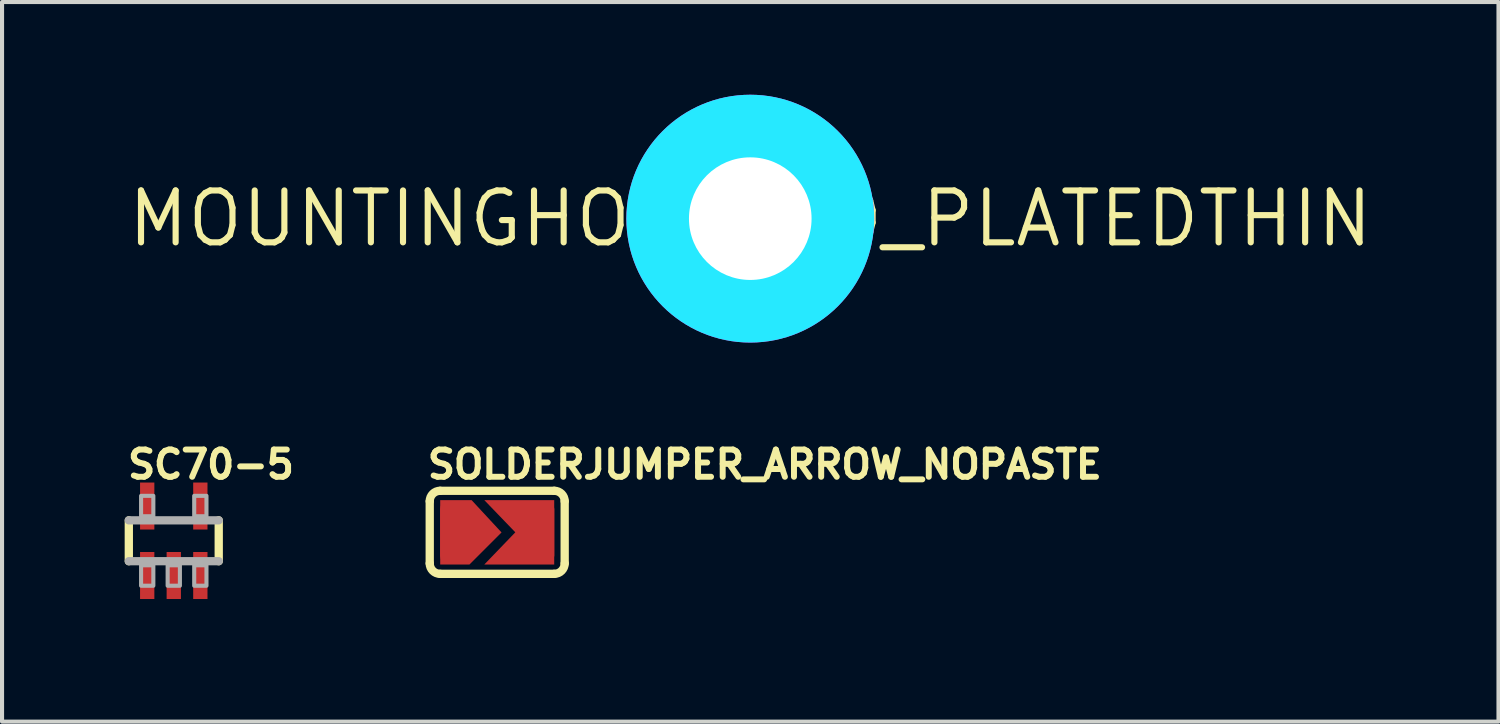
<source format=kicad_pcb>
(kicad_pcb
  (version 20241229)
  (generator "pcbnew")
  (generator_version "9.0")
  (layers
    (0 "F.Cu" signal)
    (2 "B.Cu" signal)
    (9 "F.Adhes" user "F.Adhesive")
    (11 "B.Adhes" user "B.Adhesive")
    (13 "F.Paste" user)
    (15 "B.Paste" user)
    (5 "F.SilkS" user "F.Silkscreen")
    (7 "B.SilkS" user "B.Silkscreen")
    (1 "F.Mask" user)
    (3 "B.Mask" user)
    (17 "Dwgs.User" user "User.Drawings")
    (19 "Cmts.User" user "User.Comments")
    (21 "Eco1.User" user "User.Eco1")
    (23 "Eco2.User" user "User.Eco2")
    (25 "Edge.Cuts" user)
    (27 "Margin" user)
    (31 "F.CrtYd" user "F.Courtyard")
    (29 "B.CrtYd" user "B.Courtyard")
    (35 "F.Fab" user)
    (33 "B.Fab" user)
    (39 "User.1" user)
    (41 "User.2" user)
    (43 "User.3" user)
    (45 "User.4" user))
  (footprint "SC70-5"
    (layer "F.Cu")
    (at 1.202 10.182)
    (property "Reference" "SC70-5" (at -1.2 -1.477 0) (layer "F.SilkS") (effects (font (size 0.666 0.666) (thickness 0.146)) (justify left bottom)))
    (fp_line (start -1.1 0.5) (end -1.1 -0.5) (stroke (width 0.203) (type solid)) (layer "F.SilkS"))
    (fp_line (start 1.1 -0.5) (end 1.1 0.5) (stroke (width 0.203) (type solid)) (layer "F.SilkS"))
    (fp_line (start -1.1 -0.5) (end 1.1 -0.5) (stroke (width 0.203) (type solid)) (layer "F.Fab"))
    (fp_line (start 1.1 0.5) (end -1.1 0.5) (stroke (width 0.203) (type solid)) (layer "F.Fab"))
    (fp_poly (pts (xy -0.8 -0.6) (xy -0.5 -0.6) (xy -0.5 -1.1) (xy -0.8 -1.1)) (stroke (width 0.1) (type default)) (fill no) (layer "F.Fab"))
    (fp_poly (pts (xy -0.8 1.1) (xy -0.5 1.1) (xy -0.5 0.6) (xy -0.8 0.6)) (stroke (width 0.1) (type default)) (fill no) (layer "F.Fab"))
    (fp_poly (pts (xy -0.15 1.1) (xy 0.15 1.1) (xy 0.15 0.6) (xy -0.15 0.6)) (stroke (width 0.1) (type default)) (fill no) (layer "F.Fab"))
    (fp_poly (pts (xy 0.5 -0.6) (xy 0.8 -0.6) (xy 0.8 -1.1) (xy 0.5 -1.1)) (stroke (width 0.1) (type default)) (fill no) (layer "F.Fab"))
    (fp_poly (pts (xy 0.5 1.1) (xy 0.8 1.1) (xy 0.8 0.6) (xy 0.5 0.6)) (stroke (width 0.1) (type default)) (fill no) (layer "F.Fab"))
    (pad "1" smd rect (at -0.65 0.85) (size 0.35 1.15) (layers "F.Cu" "F.Mask" "F.Paste"))
    (pad "2" smd rect (at 0 0.85) (size 0.35 1.15) (layers "F.Cu" "F.Mask" "F.Paste"))
    (pad "3" smd rect (at 0.65 0.85) (size 0.35 1.15) (layers "F.Cu" "F.Mask" "F.Paste"))
    (pad "4" smd rect (at 0.65 -0.85) (size 0.35 1.15) (layers "F.Cu" "F.Mask" "F.Paste"))
    (pad "5" smd rect (at -0.65 -0.85) (size 0.35 1.15) (layers "F.Cu" "F.Mask" "F.Paste")))
  (footprint "MOUNTINGHOLE_3.0_PLATEDTHIN"
    (layer "F.Cu")
    (at 15.308 2.3)
    (property "Reference" "MOUNTINGHOLE_3.0_PLATEDTHIN" (at 0 0 0) (layer "F.SilkS") (effects (font (size 1.27 1.27) (thickness 0.15))))
    (fp_circle (center 0 0) (end 2.2 0) (stroke (width 0.2) (type solid)) (fill no) (layer "F.SilkS"))
    (fp_circle (center 0 0) (end 1 0) (stroke (width 2.032) (type solid)) (fill no) (layer "B.CrtYd"))
    (fp_circle (center 0 0) (end 1 0) (stroke (width 2.032) (type solid)) (fill no) (layer "F.CrtYd"))
    (pad "P$1" thru_hole circle (at 0 0) (size 3.6 3.6) (drill 3) (layers "*.Cu" "*.Mask"))
    (zone (net_name "") (layer "F.Cu") (hatch edge 0.5) (connect_pads) (min_thickness 0.25) (filled_areas_thickness no) (keepout (tracks not_allowed) (vias not_allowed) (pads not_allowed) (copperpour not_allowed) (footprints allowed)) (placement (enabled no)) (fill) (polygon (pts (xy 17.324 2.3) (xy 17.304 2.019) (xy 17.246 1.744) (xy 17.149 1.48) (xy 17.017 1.232) (xy 16.852 1.004) (xy 16.657 0.802) (xy 16.435 0.629) (xy 16.192 0.488) (xy 15.931 0.383) (xy 15.658 0.315) (xy 15.378 0.285) (xy 15.097 0.295) (xy 14.82 0.344) (xy 14.553 0.431) (xy 14.3 0.554) (xy 14.067 0.711) (xy 13.858 0.9) (xy 13.677 1.115) (xy 13.528 1.354) (xy 13.413 1.61) (xy 13.336 1.881) (xy 13.297 2.159) (xy 13.297 2.441) (xy 13.336 2.719) (xy 13.413 2.99) (xy 13.528 3.246) (xy 13.677 3.485) (xy 13.858 3.7) (xy 14.067 3.889) (xy 14.3 4.046) (xy 14.553 4.169) (xy 14.82 4.256) (xy 15.097 4.305) (xy 15.378 4.315) (xy 15.658 4.285) (xy 15.931 4.217) (xy 16.192 4.112) (xy 16.435 3.971) (xy 16.657 3.798) (xy 16.852 3.596) (xy 17.017 3.368) (xy 17.149 3.12) (xy 17.246 2.856) (xy 17.304 2.581))) (polygon (pts (xy 15.292 2.3) (xy 15.296 2.311) (xy 15.308 2.316) (xy 15.319 2.311) (xy 15.324 2.3) (xy 15.319 2.289) (xy 15.308 2.284) (xy 15.296 2.289))))
    (zone (net_name "") (layers "F.Cu" "B.Cu") (hatch edge 0.5) (connect_pads) (min_thickness 0.25) (filled_areas_thickness no) (keepout (tracks allowed) (vias not_allowed) (pads allowed) (copperpour allowed) (footprints allowed)) (placement (enabled no)) (fill) (polygon (pts (xy 17.324 2.3) (xy 17.304 2.019) (xy 17.246 1.744) (xy 17.149 1.48) (xy 17.017 1.232) (xy 16.852 1.004) (xy 16.657 0.802) (xy 16.435 0.629) (xy 16.192 0.488) (xy 15.931 0.383) (xy 15.658 0.315) (xy 15.378 0.285) (xy 15.097 0.295) (xy 14.82 0.344) (xy 14.553 0.431) (xy 14.3 0.554) (xy 14.067 0.711) (xy 13.858 0.9) (xy 13.677 1.115) (xy 13.528 1.354) (xy 13.413 1.61) (xy 13.336 1.881) (xy 13.297 2.159) (xy 13.297 2.441) (xy 13.336 2.719) (xy 13.413 2.99) (xy 13.528 3.246) (xy 13.677 3.485) (xy 13.858 3.7) (xy 14.067 3.889) (xy 14.3 4.046) (xy 14.553 4.169) (xy 14.82 4.256) (xy 15.097 4.305) (xy 15.378 4.315) (xy 15.658 4.285) (xy 15.931 4.217) (xy 16.192 4.112) (xy 16.435 3.971) (xy 16.657 3.798) (xy 16.852 3.596) (xy 17.017 3.368) (xy 17.149 3.12) (xy 17.246 2.856) (xy 17.304 2.581))) (polygon (pts (xy 15.292 2.3) (xy 15.296 2.311) (xy 15.308 2.316) (xy 15.319 2.311) (xy 15.324 2.3) (xy 15.319 2.289) (xy 15.308 2.284) (xy 15.296 2.289))))
    (zone (net_name "") (layer "B.Cu") (hatch edge 0.5) (connect_pads) (min_thickness 0.25) (filled_areas_thickness no) (keepout (tracks not_allowed) (vias not_allowed) (pads not_allowed) (copperpour not_allowed) (footprints allowed)) (placement (enabled no)) (fill) (polygon (pts (xy 17.324 2.3) (xy 17.304 2.019) (xy 17.246 1.744) (xy 17.149 1.48) (xy 17.017 1.232) (xy 16.852 1.004) (xy 16.657 0.802) (xy 16.435 0.629) (xy 16.192 0.488) (xy 15.931 0.383) (xy 15.658 0.315) (xy 15.378 0.285) (xy 15.097 0.295) (xy 14.82 0.344) (xy 14.553 0.431) (xy 14.3 0.554) (xy 14.067 0.711) (xy 13.858 0.9) (xy 13.677 1.115) (xy 13.528 1.354) (xy 13.413 1.61) (xy 13.336 1.881) (xy 13.297 2.159) (xy 13.297 2.441) (xy 13.336 2.719) (xy 13.413 2.99) (xy 13.528 3.246) (xy 13.677 3.485) (xy 13.858 3.7) (xy 14.067 3.889) (xy 14.3 4.046) (xy 14.553 4.169) (xy 14.82 4.256) (xy 15.097 4.305) (xy 15.378 4.315) (xy 15.658 4.285) (xy 15.931 4.217) (xy 16.192 4.112) (xy 16.435 3.971) (xy 16.657 3.798) (xy 16.852 3.596) (xy 17.017 3.368) (xy 17.149 3.12) (xy 17.246 2.856) (xy 17.304 2.581))) (polygon (pts (xy 15.292 2.3) (xy 15.296 2.311) (xy 15.308 2.316) (xy 15.319 2.311) (xy 15.324 2.3) (xy 15.319 2.289) (xy 15.308 2.284) (xy 15.296 2.289)))))
  (footprint "SOLDERJUMPER_ARROW_NOPASTE"
    (layer "F.Cu")
    (at 9.116 9.975)
    (property "Reference" "SOLDERJUMPER_ARROW_NOPASTE" (at -1.778 -1.27 0) (layer "F.SilkS") (effects (font (size 0.666 0.666) (thickness 0.146)) (justify left bottom)))
    (fp_poly (pts (xy 0.106 0.003) (xy -0.679 0.788) (xy -1.395 0.788) (xy -1.395 -0.788) (xy -0.627 -0.788)) (stroke (width 0) (type default)) (fill yes) (layer "F.Cu"))
    (fp_poly (pts (xy 1.395 0.788) (xy -0.316 0.788) (xy 0.443 0) (xy -0.316 -0.788) (xy 1.395 -0.788)) (stroke (width 0) (type default)) (fill yes) (layer "F.Cu"))
    (fp_poly (pts (xy -1.46 0.826) (xy 1.46 0.826) (xy 1.46 -0.826) (xy -1.46 -0.826)) (stroke (width 0) (type default)) (fill yes) (layer "F.Mask"))
    (fp_line (start -1.651 0.762) (end -1.651 -0.762) (stroke (width 0.203) (type solid)) (layer "F.SilkS"))
    (fp_line (start -1.397 -1.016) (end 1.397 -1.016) (stroke (width 0.203) (type solid)) (layer "F.SilkS"))
    (fp_line (start 1.397 1.016) (end -1.397 1.016) (stroke (width 0.203) (type solid)) (layer "F.SilkS"))
    (fp_line (start 1.651 0.762) (end 1.651 -0.762) (stroke (width 0.203) (type solid)) (layer "F.SilkS"))
    (fp_arc (start -1.651 -0.762) (mid -1.576605 -0.941605) (end -1.397 -1.016) (stroke (width 0.2032) (type solid)) (layer "F.SilkS"))
    (fp_arc (start -1.397 1.016) (mid -1.576605 0.941605) (end -1.651 0.762) (stroke (width 0.2032) (type solid)) (layer "F.SilkS"))
    (fp_arc (start 1.397 -1.016) (mid 1.576605 -0.941605) (end 1.651 -0.762) (stroke (width 0.2032) (type solid)) (layer "F.SilkS"))
    (fp_arc (start 1.651 0.762) (mid 1.576605 0.941605) (end 1.397 1.016) (stroke (width 0.2032) (type solid)) (layer "F.SilkS"))
    (pad "1" smd roundrect (at -1.016 0) (size 0.762 1.524) (layers "F.Cu") (roundrect_rratio 0.25))
    (pad "2" smd roundrect (at 1.016 0) (size 0.762 1.524) (layers "F.Cu") (roundrect_rratio 0.25)))
  (gr_rect
    (start -3 -3)
    (end 33.616 14.607)
    (stroke (width 0.1) (type default))
    (fill no)
    (layer "Edge.Cuts")))
</source>
